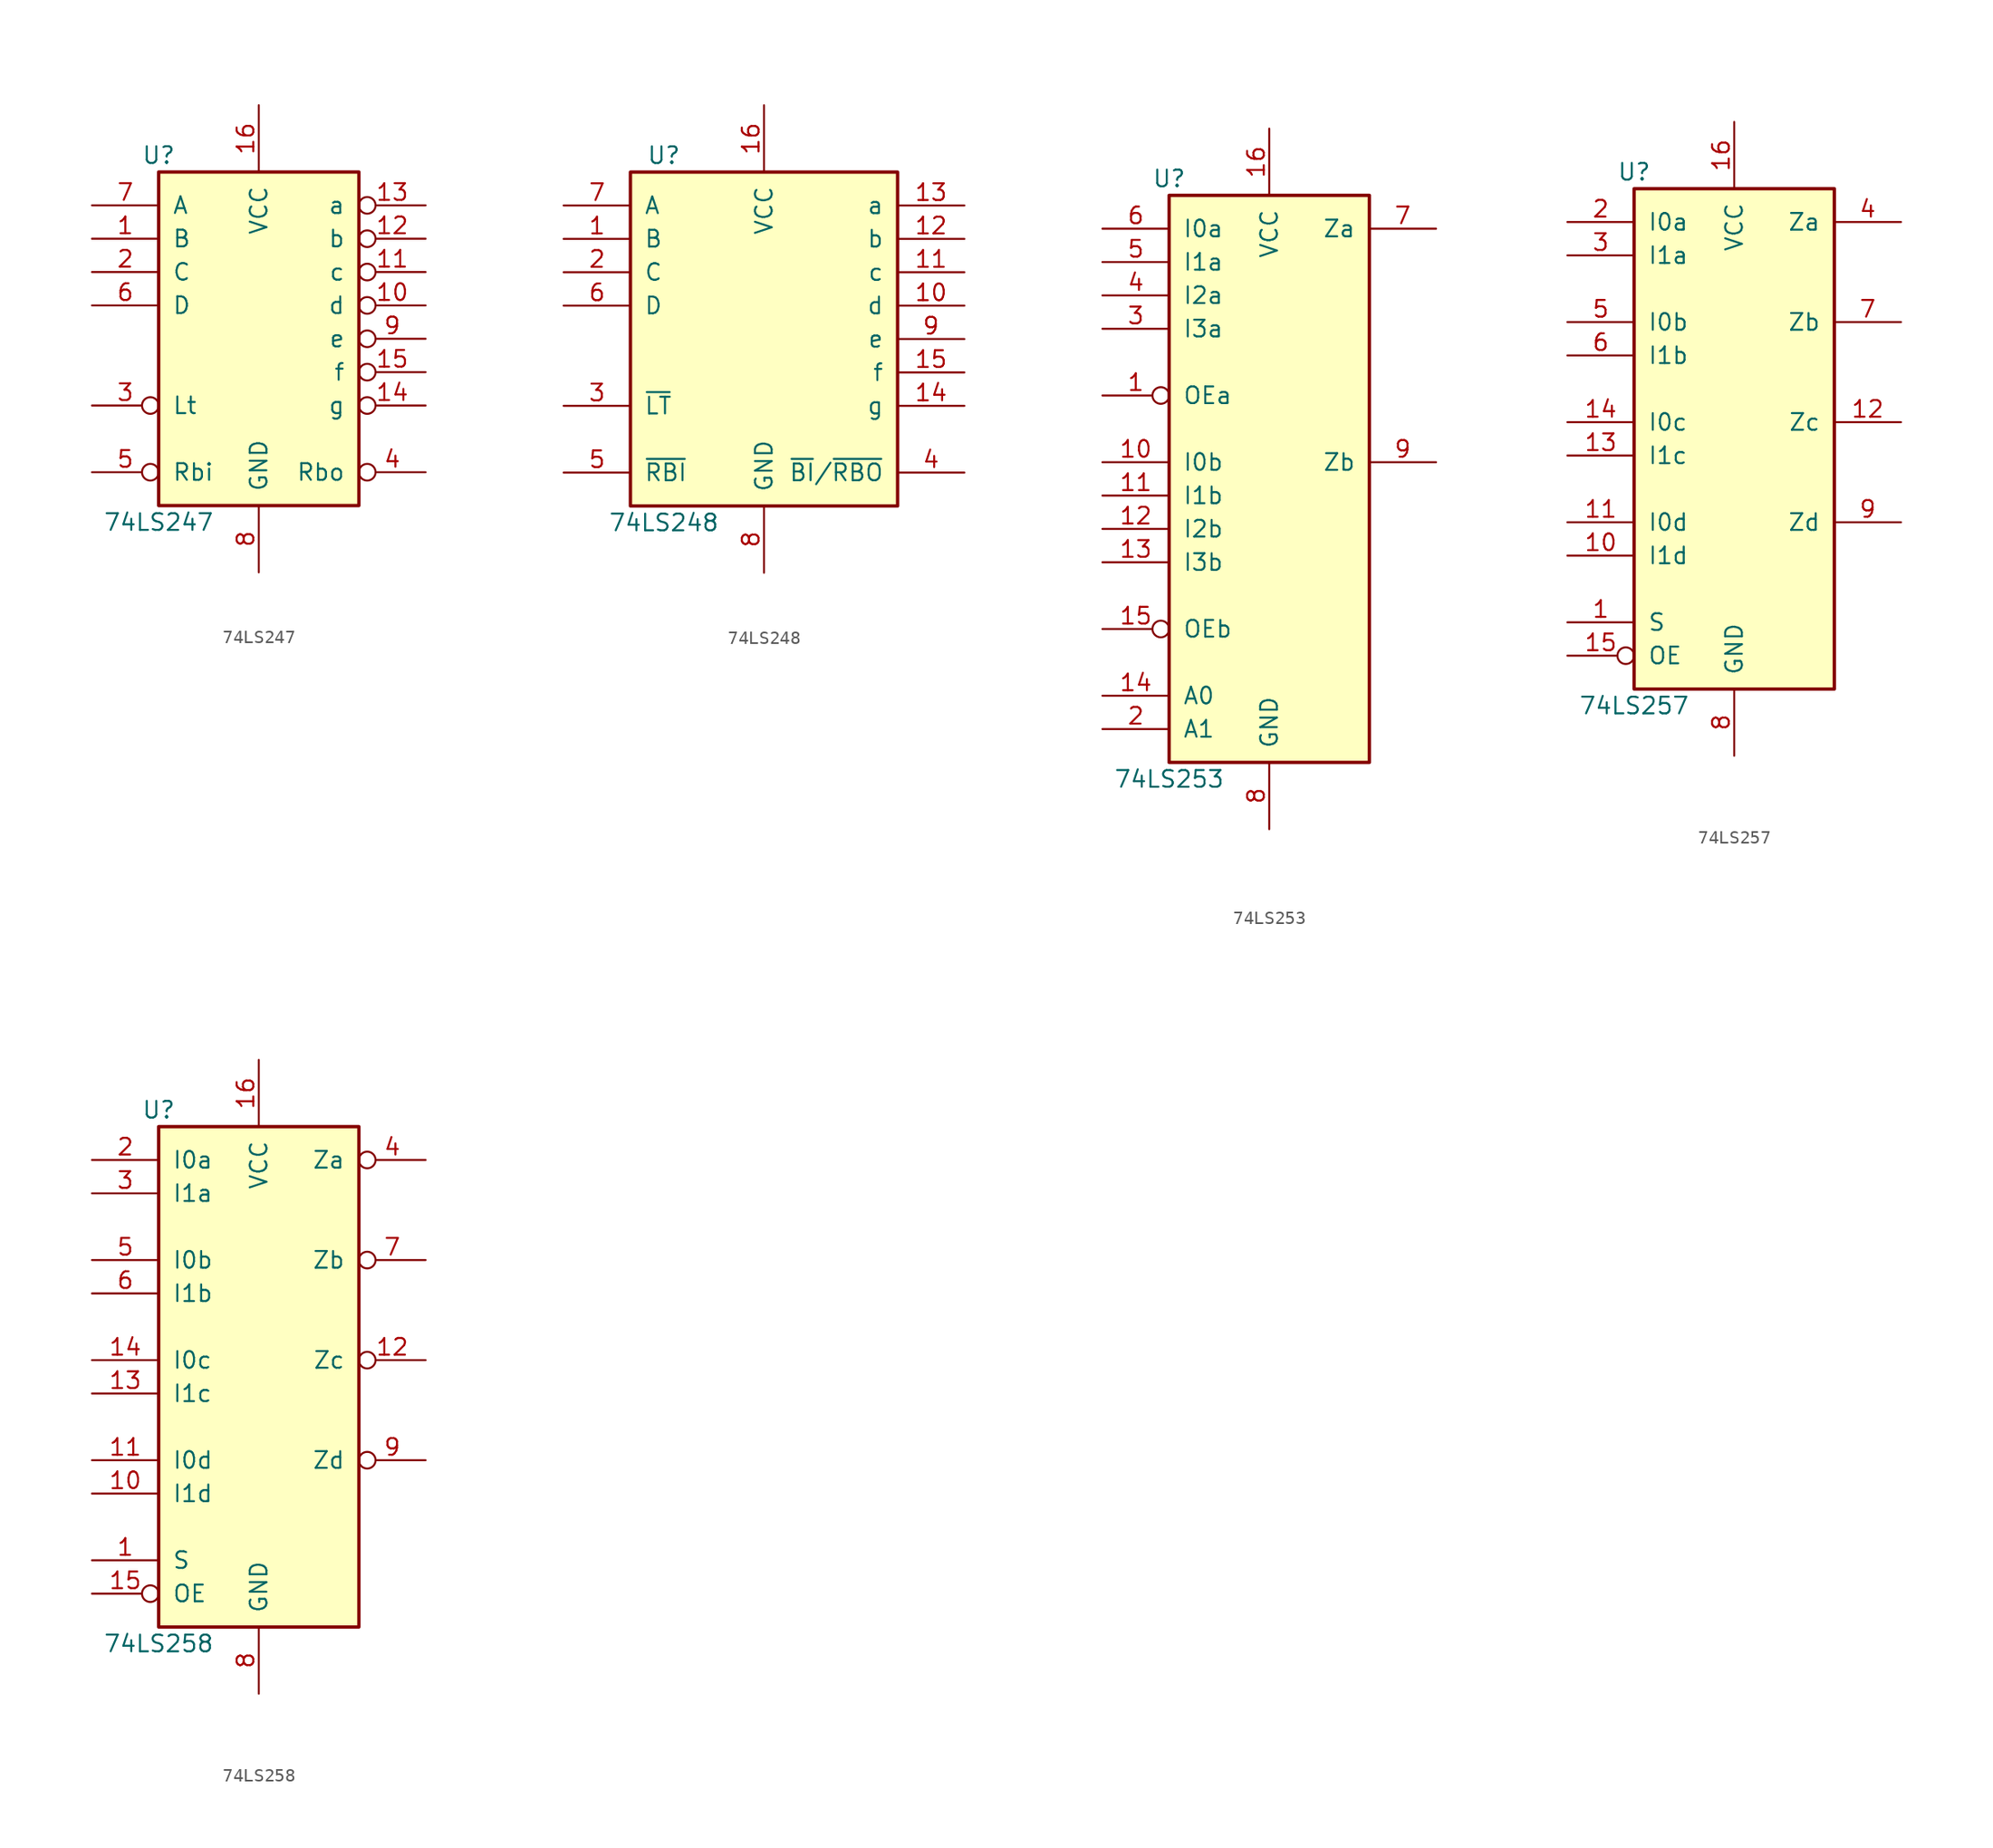
<source format=kicad_sym>
(kicad_symbol_lib
  (version 20241209)
  (generator "kicad_symbol_editor")
  (generator_version "9.0")
  (symbol "74LS247"
    (pin_names
      (offset 1.016))
    (property "Reference" "U"
      (at -7.62 13.97 0)
      (effects (font (size 1.27 1.27))))
    (property "Value" "74LS247"
      (at -7.62 -13.97 0)
      (effects (font (size 1.27 1.27))))
    (property "ki_locked" ""
      (at 0 0 0)
      (effects (font (size 1.27 1.27))))
    (symbol "74LS247_1_0"
      (pin input line (at -12.7 10.16 0) (length 5.08) (name "A" (effects (font (size 1.27 1.27)))) (number "7" (effects (font (size 1.27 1.27)))))
      (pin input line (at -12.7 7.62 0) (length 5.08) (name "B" (effects (font (size 1.27 1.27)))) (number "1" (effects (font (size 1.27 1.27)))))
      (pin input line (at -12.7 5.08 0) (length 5.08) (name "C" (effects (font (size 1.27 1.27)))) (number "2" (effects (font (size 1.27 1.27)))))
      (pin input line (at -12.7 2.54 0) (length 5.08) (name "D" (effects (font (size 1.27 1.27)))) (number "6" (effects (font (size 1.27 1.27)))))
      (pin input inverted (at -12.7 -5.08 0) (length 5.08) (name "Lt" (effects (font (size 1.27 1.27)))) (number "3" (effects (font (size 1.27 1.27)))))
      (pin input inverted (at -12.7 -10.16 0) (length 5.08) (name "Rbi" (effects (font (size 1.27 1.27)))) (number "5" (effects (font (size 1.27 1.27)))))
      (pin power_in line (at 0 17.78 270) (length 5.08) (name "VCC" (effects (font (size 1.27 1.27)))) (number "16" (effects (font (size 1.27 1.27)))))
      (pin power_in line (at 0 -17.78 90) (length 5.08) (name "GND" (effects (font (size 1.27 1.27)))) (number "8" (effects (font (size 1.27 1.27)))))
      (pin open_collector inverted (at 12.7 10.16 180) (length 5.08) (name "a" (effects (font (size 1.27 1.27)))) (number "13" (effects (font (size 1.27 1.27)))))
      (pin open_collector inverted (at 12.7 7.62 180) (length 5.08) (name "b" (effects (font (size 1.27 1.27)))) (number "12" (effects (font (size 1.27 1.27)))))
      (pin open_collector inverted (at 12.7 5.08 180) (length 5.08) (name "c" (effects (font (size 1.27 1.27)))) (number "11" (effects (font (size 1.27 1.27)))))
      (pin open_collector inverted (at 12.7 2.54 180) (length 5.08) (name "d" (effects (font (size 1.27 1.27)))) (number "10" (effects (font (size 1.27 1.27)))))
      (pin open_collector inverted (at 12.7 0 180) (length 5.08) (name "e" (effects (font (size 1.27 1.27)))) (number "9" (effects (font (size 1.27 1.27)))))
      (pin open_collector inverted (at 12.7 -2.54 180) (length 5.08) (name "f" (effects (font (size 1.27 1.27)))) (number "15" (effects (font (size 1.27 1.27)))))
      (pin open_collector inverted (at 12.7 -5.08 180) (length 5.08) (name "g" (effects (font (size 1.27 1.27)))) (number "14" (effects (font (size 1.27 1.27)))))
      (pin output inverted (at 12.7 -10.16 180) (length 5.08) (name "Rbo" (effects (font (size 1.27 1.27)))) (number "4" (effects (font (size 1.27 1.27))))))
    (symbol "74LS247_1_1"
      (rectangle (start -7.62 12.7) (end 7.62 -12.7) (stroke (width 0.254) (type solid)) (fill (type background)))))
  (symbol "74LS248"
    (pin_names
      (offset 1.016))
    (property "Reference" "U"
      (at -7.62 13.97 0)
      (effects (font (size 1.27 1.27))))
    (property "Value" "74LS248"
      (at -7.62 -13.97 0)
      (effects (font (size 1.27 1.27))))
    (property "ki_locked" ""
      (at 0 0 0)
      (effects (font (size 1.27 1.27))))
    (symbol "74LS248_1_0"
      (pin input line (at -15.24 10.16 0) (length 5.08) (name "A" (effects (font (size 1.27 1.27)))) (number "7" (effects (font (size 1.27 1.27)))))
      (pin input line (at -15.24 7.62 0) (length 5.08) (name "B" (effects (font (size 1.27 1.27)))) (number "1" (effects (font (size 1.27 1.27)))))
      (pin input line (at -15.24 5.08 0) (length 5.08) (name "C" (effects (font (size 1.27 1.27)))) (number "2" (effects (font (size 1.27 1.27)))))
      (pin input line (at -15.24 2.54 0) (length 5.08) (name "D" (effects (font (size 1.27 1.27)))) (number "6" (effects (font (size 1.27 1.27)))))
      (pin input line (at -15.24 -5.08 0) (length 5.08) (name "~{LT}" (effects (font (size 1.27 1.27)))) (number "3" (effects (font (size 1.27 1.27)))))
      (pin input line (at -15.24 -10.16 0) (length 5.08) (name "~{RBI}" (effects (font (size 1.27 1.27)))) (number "5" (effects (font (size 1.27 1.27)))))
      (pin power_in line (at 0 17.78 270) (length 5.08) (name "VCC" (effects (font (size 1.27 1.27)))) (number "16" (effects (font (size 1.27 1.27)))))
      (pin power_in line (at 0 -17.78 90) (length 5.08) (name "GND" (effects (font (size 1.27 1.27)))) (number "8" (effects (font (size 1.27 1.27)))))
      (pin open_collector line (at 15.24 10.16 180) (length 5.08) (name "a" (effects (font (size 1.27 1.27)))) (number "13" (effects (font (size 1.27 1.27)))))
      (pin open_collector line (at 15.24 7.62 180) (length 5.08) (name "b" (effects (font (size 1.27 1.27)))) (number "12" (effects (font (size 1.27 1.27)))))
      (pin open_collector line (at 15.24 5.08 180) (length 5.08) (name "c" (effects (font (size 1.27 1.27)))) (number "11" (effects (font (size 1.27 1.27)))))
      (pin open_collector line (at 15.24 2.54 180) (length 5.08) (name "d" (effects (font (size 1.27 1.27)))) (number "10" (effects (font (size 1.27 1.27)))))
      (pin open_collector line (at 15.24 0 180) (length 5.08) (name "e" (effects (font (size 1.27 1.27)))) (number "9" (effects (font (size 1.27 1.27)))))
      (pin open_collector line (at 15.24 -2.54 180) (length 5.08) (name "f" (effects (font (size 1.27 1.27)))) (number "15" (effects (font (size 1.27 1.27)))))
      (pin open_collector line (at 15.24 -5.08 180) (length 5.08) (name "g" (effects (font (size 1.27 1.27)))) (number "14" (effects (font (size 1.27 1.27)))))
      (pin open_collector line (at 15.24 -10.16 180) (length 5.08) (name "~{BI}/~{RBO}" (effects (font (size 1.27 1.27)))) (number "4" (effects (font (size 1.27 1.27))))))
    (symbol "74LS248_1_1"
      (rectangle (start -10.16 12.7) (end 10.16 -12.7) (stroke (width 0.254) (type solid)) (fill (type background)))))
  (symbol "74LS253"
    (pin_names
      (offset 1.016))
    (property "Reference" "U"
      (at -7.62 21.59 0)
      (effects (font (size 1.27 1.27))))
    (property "Value" "74LS253"
      (at -7.62 -24.13 0)
      (effects (font (size 1.27 1.27))))
    (property "ki_locked" ""
      (at 0 0 0)
      (effects (font (size 1.27 1.27))))
    (symbol "74LS253_1_0"
      (pin input line (at -12.7 17.78 0) (length 5.08) (name "I0a" (effects (font (size 1.27 1.27)))) (number "6" (effects (font (size 1.27 1.27)))))
      (pin input line (at -12.7 15.24 0) (length 5.08) (name "I1a" (effects (font (size 1.27 1.27)))) (number "5" (effects (font (size 1.27 1.27)))))
      (pin input line (at -12.7 12.7 0) (length 5.08) (name "I2a" (effects (font (size 1.27 1.27)))) (number "4" (effects (font (size 1.27 1.27)))))
      (pin input line (at -12.7 10.16 0) (length 5.08) (name "I3a" (effects (font (size 1.27 1.27)))) (number "3" (effects (font (size 1.27 1.27)))))
      (pin input inverted (at -12.7 5.08 0) (length 5.08) (name "OEa" (effects (font (size 1.27 1.27)))) (number "1" (effects (font (size 1.27 1.27)))))
      (pin input line (at -12.7 0 0) (length 5.08) (name "I0b" (effects (font (size 1.27 1.27)))) (number "10" (effects (font (size 1.27 1.27)))))
      (pin input line (at -12.7 -2.54 0) (length 5.08) (name "I1b" (effects (font (size 1.27 1.27)))) (number "11" (effects (font (size 1.27 1.27)))))
      (pin input line (at -12.7 -5.08 0) (length 5.08) (name "I2b" (effects (font (size 1.27 1.27)))) (number "12" (effects (font (size 1.27 1.27)))))
      (pin input line (at -12.7 -7.62 0) (length 5.08) (name "I3b" (effects (font (size 1.27 1.27)))) (number "13" (effects (font (size 1.27 1.27)))))
      (pin input inverted (at -12.7 -12.7 0) (length 5.08) (name "OEb" (effects (font (size 1.27 1.27)))) (number "15" (effects (font (size 1.27 1.27)))))
      (pin input line (at -12.7 -17.78 0) (length 5.08) (name "A0" (effects (font (size 1.27 1.27)))) (number "14" (effects (font (size 1.27 1.27)))))
      (pin input line (at -12.7 -20.32 0) (length 5.08) (name "A1" (effects (font (size 1.27 1.27)))) (number "2" (effects (font (size 1.27 1.27)))))
      (pin power_in line (at 0 25.4 270) (length 5.08) (name "VCC" (effects (font (size 1.27 1.27)))) (number "16" (effects (font (size 1.27 1.27)))))
      (pin power_in line (at 0 -27.94 90) (length 5.08) (name "GND" (effects (font (size 1.27 1.27)))) (number "8" (effects (font (size 1.27 1.27)))))
      (pin tri_state line (at 12.7 17.78 180) (length 5.08) (name "Za" (effects (font (size 1.27 1.27)))) (number "7" (effects (font (size 1.27 1.27)))))
      (pin tri_state line (at 12.7 0 180) (length 5.08) (name "Zb" (effects (font (size 1.27 1.27)))) (number "9" (effects (font (size 1.27 1.27))))))
    (symbol "74LS253_1_1"
      (rectangle (start -7.62 20.32) (end 7.62 -22.86) (stroke (width 0.254) (type solid)) (fill (type background)))))
  (symbol "74LS257"
    (pin_names
      (offset 1.016))
    (property "Reference" "U"
      (at -7.62 19.05 0)
      (effects (font (size 1.27 1.27))))
    (property "Value" "74LS257"
      (at -7.62 -21.59 0)
      (effects (font (size 1.27 1.27))))
    (property "ki_locked" ""
      (at 0 0 0)
      (effects (font (size 1.27 1.27))))
    (symbol "74LS257_1_0"
      (pin input line (at -12.7 15.24 0) (length 5.08) (name "I0a" (effects (font (size 1.27 1.27)))) (number "2" (effects (font (size 1.27 1.27)))))
      (pin input line (at -12.7 12.7 0) (length 5.08) (name "I1a" (effects (font (size 1.27 1.27)))) (number "3" (effects (font (size 1.27 1.27)))))
      (pin input line (at -12.7 7.62 0) (length 5.08) (name "I0b" (effects (font (size 1.27 1.27)))) (number "5" (effects (font (size 1.27 1.27)))))
      (pin input line (at -12.7 5.08 0) (length 5.08) (name "I1b" (effects (font (size 1.27 1.27)))) (number "6" (effects (font (size 1.27 1.27)))))
      (pin input line (at -12.7 0 0) (length 5.08) (name "I0c" (effects (font (size 1.27 1.27)))) (number "14" (effects (font (size 1.27 1.27)))))
      (pin input line (at -12.7 -2.54 0) (length 5.08) (name "I1c" (effects (font (size 1.27 1.27)))) (number "13" (effects (font (size 1.27 1.27)))))
      (pin input line (at -12.7 -7.62 0) (length 5.08) (name "I0d" (effects (font (size 1.27 1.27)))) (number "11" (effects (font (size 1.27 1.27)))))
      (pin input line (at -12.7 -10.16 0) (length 5.08) (name "I1d" (effects (font (size 1.27 1.27)))) (number "10" (effects (font (size 1.27 1.27)))))
      (pin input line (at -12.7 -15.24 0) (length 5.08) (name "S" (effects (font (size 1.27 1.27)))) (number "1" (effects (font (size 1.27 1.27)))))
      (pin input inverted (at -12.7 -17.78 0) (length 5.08) (name "OE" (effects (font (size 1.27 1.27)))) (number "15" (effects (font (size 1.27 1.27)))))
      (pin power_in line (at 0 22.86 270) (length 5.08) (name "VCC" (effects (font (size 1.27 1.27)))) (number "16" (effects (font (size 1.27 1.27)))))
      (pin power_in line (at 0 -25.4 90) (length 5.08) (name "GND" (effects (font (size 1.27 1.27)))) (number "8" (effects (font (size 1.27 1.27)))))
      (pin tri_state line (at 12.7 15.24 180) (length 5.08) (name "Za" (effects (font (size 1.27 1.27)))) (number "4" (effects (font (size 1.27 1.27)))))
      (pin tri_state line (at 12.7 7.62 180) (length 5.08) (name "Zb" (effects (font (size 1.27 1.27)))) (number "7" (effects (font (size 1.27 1.27)))))
      (pin tri_state line (at 12.7 0 180) (length 5.08) (name "Zc" (effects (font (size 1.27 1.27)))) (number "12" (effects (font (size 1.27 1.27)))))
      (pin tri_state line (at 12.7 -7.62 180) (length 5.08) (name "Zd" (effects (font (size 1.27 1.27)))) (number "9" (effects (font (size 1.27 1.27))))))
    (symbol "74LS257_1_1"
      (rectangle (start -7.62 17.78) (end 7.62 -20.32) (stroke (width 0.254) (type solid)) (fill (type background)))))
  (symbol "74LS258"
    (pin_names
      (offset 1.016))
    (property "Reference" "U"
      (at -7.62 19.05 0)
      (effects (font (size 1.27 1.27))))
    (property "Value" "74LS258"
      (at -7.62 -21.59 0)
      (effects (font (size 1.27 1.27))))
    (property "ki_locked" ""
      (at 0 0 0)
      (effects (font (size 1.27 1.27))))
    (symbol "74LS258_1_0"
      (pin input line (at -12.7 15.24 0) (length 5.08) (name "I0a" (effects (font (size 1.27 1.27)))) (number "2" (effects (font (size 1.27 1.27)))))
      (pin input line (at -12.7 12.7 0) (length 5.08) (name "I1a" (effects (font (size 1.27 1.27)))) (number "3" (effects (font (size 1.27 1.27)))))
      (pin input line (at -12.7 7.62 0) (length 5.08) (name "I0b" (effects (font (size 1.27 1.27)))) (number "5" (effects (font (size 1.27 1.27)))))
      (pin input line (at -12.7 5.08 0) (length 5.08) (name "I1b" (effects (font (size 1.27 1.27)))) (number "6" (effects (font (size 1.27 1.27)))))
      (pin input line (at -12.7 0 0) (length 5.08) (name "I0c" (effects (font (size 1.27 1.27)))) (number "14" (effects (font (size 1.27 1.27)))))
      (pin input line (at -12.7 -2.54 0) (length 5.08) (name "I1c" (effects (font (size 1.27 1.27)))) (number "13" (effects (font (size 1.27 1.27)))))
      (pin input line (at -12.7 -7.62 0) (length 5.08) (name "I0d" (effects (font (size 1.27 1.27)))) (number "11" (effects (font (size 1.27 1.27)))))
      (pin input line (at -12.7 -10.16 0) (length 5.08) (name "I1d" (effects (font (size 1.27 1.27)))) (number "10" (effects (font (size 1.27 1.27)))))
      (pin input line (at -12.7 -15.24 0) (length 5.08) (name "S" (effects (font (size 1.27 1.27)))) (number "1" (effects (font (size 1.27 1.27)))))
      (pin input inverted (at -12.7 -17.78 0) (length 5.08) (name "OE" (effects (font (size 1.27 1.27)))) (number "15" (effects (font (size 1.27 1.27)))))
      (pin power_in line (at 0 22.86 270) (length 5.08) (name "VCC" (effects (font (size 1.27 1.27)))) (number "16" (effects (font (size 1.27 1.27)))))
      (pin power_in line (at 0 -25.4 90) (length 5.08) (name "GND" (effects (font (size 1.27 1.27)))) (number "8" (effects (font (size 1.27 1.27)))))
      (pin tri_state inverted (at 12.7 15.24 180) (length 5.08) (name "Za" (effects (font (size 1.27 1.27)))) (number "4" (effects (font (size 1.27 1.27)))))
      (pin tri_state inverted (at 12.7 7.62 180) (length 5.08) (name "Zb" (effects (font (size 1.27 1.27)))) (number "7" (effects (font (size 1.27 1.27)))))
      (pin tri_state inverted (at 12.7 0 180) (length 5.08) (name "Zc" (effects (font (size 1.27 1.27)))) (number "12" (effects (font (size 1.27 1.27)))))
      (pin tri_state inverted (at 12.7 -7.62 180) (length 5.08) (name "Zd" (effects (font (size 1.27 1.27)))) (number "9" (effects (font (size 1.27 1.27))))))
    (symbol "74LS258_1_1"
      (rectangle (start -7.62 17.78) (end 7.62 -20.32) (stroke (width 0.254) (type solid)) (fill (type background))))))
</source>
